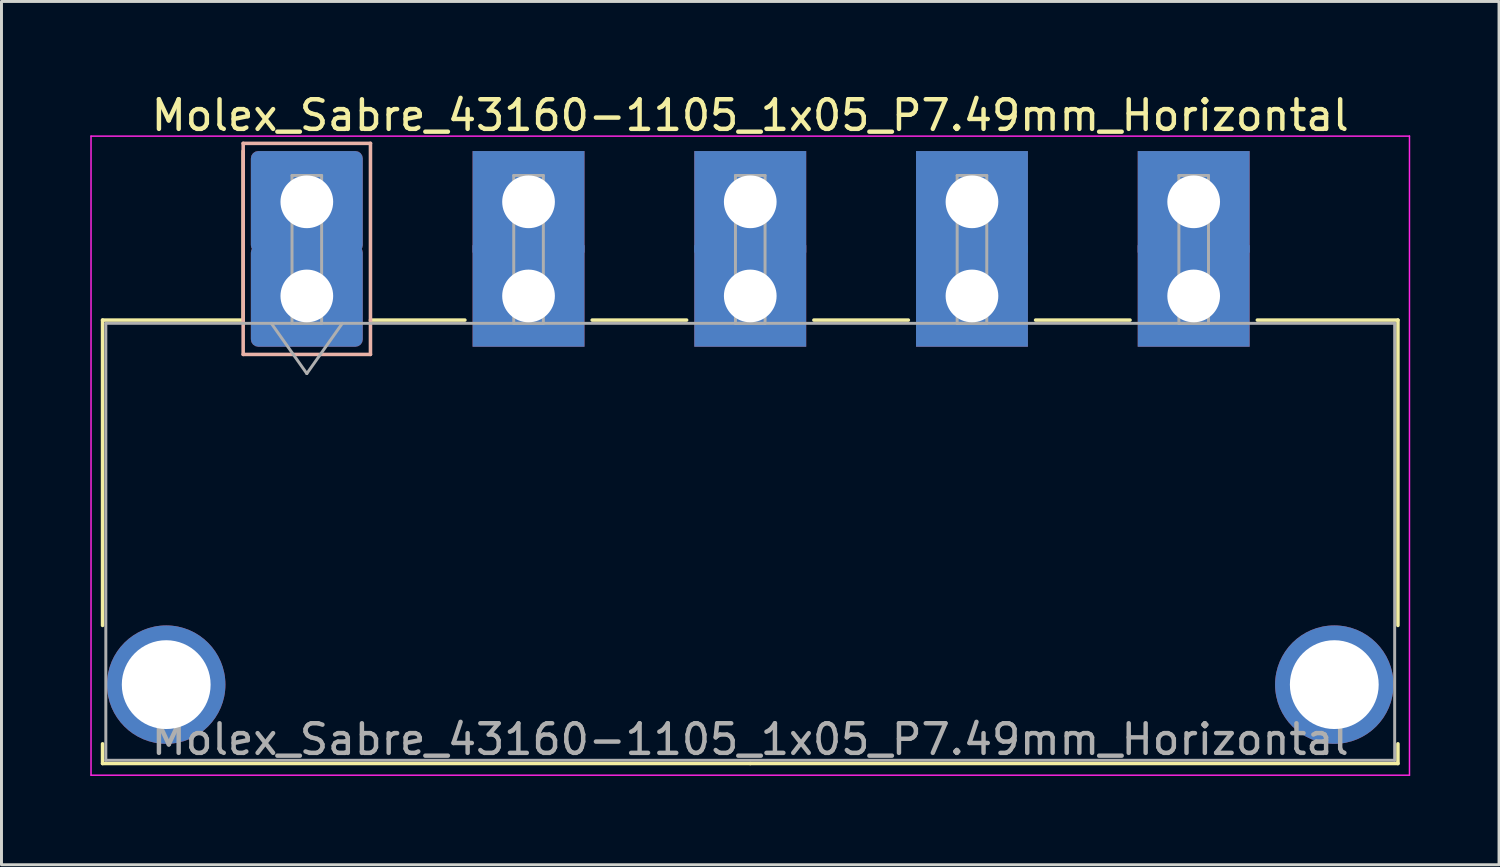
<source format=kicad_pcb>
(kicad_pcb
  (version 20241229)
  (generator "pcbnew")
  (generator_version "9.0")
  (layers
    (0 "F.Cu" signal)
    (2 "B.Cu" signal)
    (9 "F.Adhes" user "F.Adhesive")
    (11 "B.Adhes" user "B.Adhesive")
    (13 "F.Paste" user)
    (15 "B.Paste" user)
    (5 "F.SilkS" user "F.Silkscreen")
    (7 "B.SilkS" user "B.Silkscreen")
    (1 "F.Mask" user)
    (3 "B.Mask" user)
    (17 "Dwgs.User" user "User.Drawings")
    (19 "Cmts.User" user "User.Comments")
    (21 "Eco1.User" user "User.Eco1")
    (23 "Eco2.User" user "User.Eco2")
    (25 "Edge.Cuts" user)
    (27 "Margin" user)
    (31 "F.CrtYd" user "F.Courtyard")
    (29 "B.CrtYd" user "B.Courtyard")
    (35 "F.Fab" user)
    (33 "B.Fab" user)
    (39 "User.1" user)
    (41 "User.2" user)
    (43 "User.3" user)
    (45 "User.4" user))
  (footprint "Molex_Sabre_43160-1105_1x05_P7.49mm_Horizontal"
    (layer "F.Cu")
    (at 7.315 6.948)
    (property "Reference" "Molex_Sabre_43160-1105_1x05_P7.49mm_Horizontal" (at 14.98 -6.1 0) (layer "F.SilkS") (effects (font (size 1 1) (thickness 0.15))))
    (attr through_hole)
    (fp_line (start -6.9 0.815) (end -6.9 11.13) (stroke (width 0.12) (type solid)) (layer "F.SilkS"))
    (fp_line (start -6.9 15.13) (end -6.9 15.795) (stroke (width 0.12) (type solid)) (layer "F.SilkS"))
    (fp_line (start -6.9 15.795) (end 14.98 15.795) (stroke (width 0.12) (type solid)) (layer "F.SilkS"))
    (fp_line (start -2.15 0.815) (end -6.9 0.815) (stroke (width 0.12) (type solid)) (layer "F.SilkS"))
    (fp_line (start -2.15 0.815) (end -2.15 -4.895) (stroke (width 0.12) (type solid)) (layer "F.SilkS"))
    (fp_line (start 2.15 0.815) (end 5.34 0.815) (stroke (width 0.12) (type solid)) (layer "F.SilkS"))
    (fp_line (start 9.64 0.815) (end 12.83 0.815) (stroke (width 0.12) (type solid)) (layer "F.SilkS"))
    (fp_line (start 17.13 0.815) (end 20.32 0.815) (stroke (width 0.12) (type solid)) (layer "F.SilkS"))
    (fp_line (start 24.62 0.815) (end 27.81 0.815) (stroke (width 0.12) (type solid)) (layer "F.SilkS"))
    (fp_line (start 32.11 0.815) (end 36.86 0.815) (stroke (width 0.12) (type solid)) (layer "F.SilkS"))
    (fp_line (start 36.86 0.815) (end 36.86 11.13) (stroke (width 0.12) (type solid)) (layer "F.SilkS"))
    (fp_line (start 36.86 15.13) (end 36.86 15.795) (stroke (width 0.12) (type solid)) (layer "F.SilkS"))
    (fp_line (start 36.86 15.795) (end 14.98 15.795) (stroke (width 0.12) (type solid)) (layer "F.SilkS"))
    (fp_line (start -2.15 -5.155) (end -2.15 1.975) (stroke (width 0.12) (type solid)) (layer "B.SilkS"))
    (fp_line (start -2.15 1.975) (end 2.15 1.975) (stroke (width 0.12) (type solid)) (layer "B.SilkS"))
    (fp_line (start 2.15 -5.155) (end -2.15 -5.155) (stroke (width 0.12) (type solid)) (layer "B.SilkS"))
    (fp_line (start 2.15 1.975) (end 2.15 -5.155) (stroke (width 0.12) (type solid)) (layer "B.SilkS"))
    (fp_line (start -7.29 -5.4) (end -7.29 16.19) (stroke (width 0.05) (type solid)) (layer "F.CrtYd"))
    (fp_line (start -7.29 16.19) (end 37.25 16.19) (stroke (width 0.05) (type solid)) (layer "F.CrtYd"))
    (fp_line (start 37.25 -5.4) (end -7.29 -5.4) (stroke (width 0.05) (type solid)) (layer "F.CrtYd"))
    (fp_line (start 37.25 16.19) (end 37.25 -5.4) (stroke (width 0.05) (type solid)) (layer "F.CrtYd"))
    (fp_line (start -6.79 0.925) (end -6.79 15.685) (stroke (width 0.1) (type solid)) (layer "F.Fab"))
    (fp_line (start -6.79 15.685) (end 36.75 15.685) (stroke (width 0.1) (type solid)) (layer "F.Fab"))
    (fp_line (start -1.2 0.925) (end 0 2.622) (stroke (width 0.1) (type solid)) (layer "F.Fab"))
    (fp_line (start -0.5 -4.07) (end 0.5 -4.07) (stroke (width 0.1) (type solid)) (layer "F.Fab"))
    (fp_line (start -0.5 0.925) (end -0.5 -4.07) (stroke (width 0.1) (type solid)) (layer "F.Fab"))
    (fp_line (start 0 2.622) (end 1.2 0.925) (stroke (width 0.1) (type solid)) (layer "F.Fab"))
    (fp_line (start 0.5 -4.07) (end 0.5 0.925) (stroke (width 0.1) (type solid)) (layer "F.Fab"))
    (fp_line (start 0.5 0.925) (end -0.5 0.925) (stroke (width 0.1) (type solid)) (layer "F.Fab"))
    (fp_line (start 6.99 -4.07) (end 7.99 -4.07) (stroke (width 0.1) (type solid)) (layer "F.Fab"))
    (fp_line (start 6.99 0.925) (end 6.99 -4.07) (stroke (width 0.1) (type solid)) (layer "F.Fab"))
    (fp_line (start 7.99 -4.07) (end 7.99 0.925) (stroke (width 0.1) (type solid)) (layer "F.Fab"))
    (fp_line (start 7.99 0.925) (end 6.99 0.925) (stroke (width 0.1) (type solid)) (layer "F.Fab"))
    (fp_line (start 14.48 -4.07) (end 15.48 -4.07) (stroke (width 0.1) (type solid)) (layer "F.Fab"))
    (fp_line (start 14.48 0.925) (end 14.48 -4.07) (stroke (width 0.1) (type solid)) (layer "F.Fab"))
    (fp_line (start 15.48 -4.07) (end 15.48 0.925) (stroke (width 0.1) (type solid)) (layer "F.Fab"))
    (fp_line (start 15.48 0.925) (end 14.48 0.925) (stroke (width 0.1) (type solid)) (layer "F.Fab"))
    (fp_line (start 21.97 -4.07) (end 22.97 -4.07) (stroke (width 0.1) (type solid)) (layer "F.Fab"))
    (fp_line (start 21.97 0.925) (end 21.97 -4.07) (stroke (width 0.1) (type solid)) (layer "F.Fab"))
    (fp_line (start 22.97 -4.07) (end 22.97 0.925) (stroke (width 0.1) (type solid)) (layer "F.Fab"))
    (fp_line (start 22.97 0.925) (end 21.97 0.925) (stroke (width 0.1) (type solid)) (layer "F.Fab"))
    (fp_line (start 29.46 -4.07) (end 30.46 -4.07) (stroke (width 0.1) (type solid)) (layer "F.Fab"))
    (fp_line (start 29.46 0.925) (end 29.46 -4.07) (stroke (width 0.1) (type solid)) (layer "F.Fab"))
    (fp_line (start 30.46 -4.07) (end 30.46 0.925) (stroke (width 0.1) (type solid)) (layer "F.Fab"))
    (fp_line (start 30.46 0.925) (end 29.46 0.925) (stroke (width 0.1) (type solid)) (layer "F.Fab"))
    (fp_line (start 36.75 0.925) (end -6.79 0.925) (stroke (width 0.1) (type solid)) (layer "F.Fab"))
    (fp_line (start 36.75 15.685) (end 36.75 0.925) (stroke (width 0.1) (type solid)) (layer "F.Fab"))
    (fp_text user "${REFERENCE}" (at 14.98 14.98 0) (layer "F.Fab") (effects (font (size 1 1) (thickness 0.15))))
    (pad "" thru_hole circle (at -4.75 13.13) (size 4 4) (drill 3) (layers "*.Cu" "*.Mask"))
    (pad "" thru_hole circle (at 34.71 13.13) (size 4 4) (drill 3) (layers "*.Cu" "*.Mask"))
    (pad "1" thru_hole roundrect (at 0 -3.18) (size 3.78 3.43) (drill 1.78) (layers "*.Cu" "*.Mask") (roundrect_rratio 0.073))
    (pad "1" thru_hole roundrect (at 0 0) (size 3.78 3.43) (drill 1.78) (layers "*.Cu" "*.Mask") (roundrect_rratio 0.073))
    (pad "2" thru_hole rect (at 7.49 -3.18) (size 3.78 3.43) (drill 1.78) (layers "*.Cu" "*.Mask"))
    (pad "2" thru_hole rect (at 7.49 0) (size 3.78 3.43) (drill 1.78) (layers "*.Cu" "*.Mask"))
    (pad "3" thru_hole rect (at 14.98 -3.18) (size 3.78 3.43) (drill 1.78) (layers "*.Cu" "*.Mask"))
    (pad "3" thru_hole rect (at 14.98 0) (size 3.78 3.43) (drill 1.78) (layers "*.Cu" "*.Mask"))
    (pad "4" thru_hole rect (at 22.47 -3.18) (size 3.78 3.43) (drill 1.78) (layers "*.Cu" "*.Mask"))
    (pad "4" thru_hole rect (at 22.47 0) (size 3.78 3.43) (drill 1.78) (layers "*.Cu" "*.Mask"))
    (pad "5" thru_hole rect (at 29.96 -3.18) (size 3.78 3.43) (drill 1.78) (layers "*.Cu" "*.Mask"))
    (pad "5" thru_hole rect (at 29.96 0) (size 3.78 3.43) (drill 1.78) (layers "*.Cu" "*.Mask")))
  (gr_rect
    (start -3 -3)
    (end 47.59 26.163)
    (stroke (width 0.1) (type default))
    (fill no)
    (layer "Edge.Cuts")))
</source>
